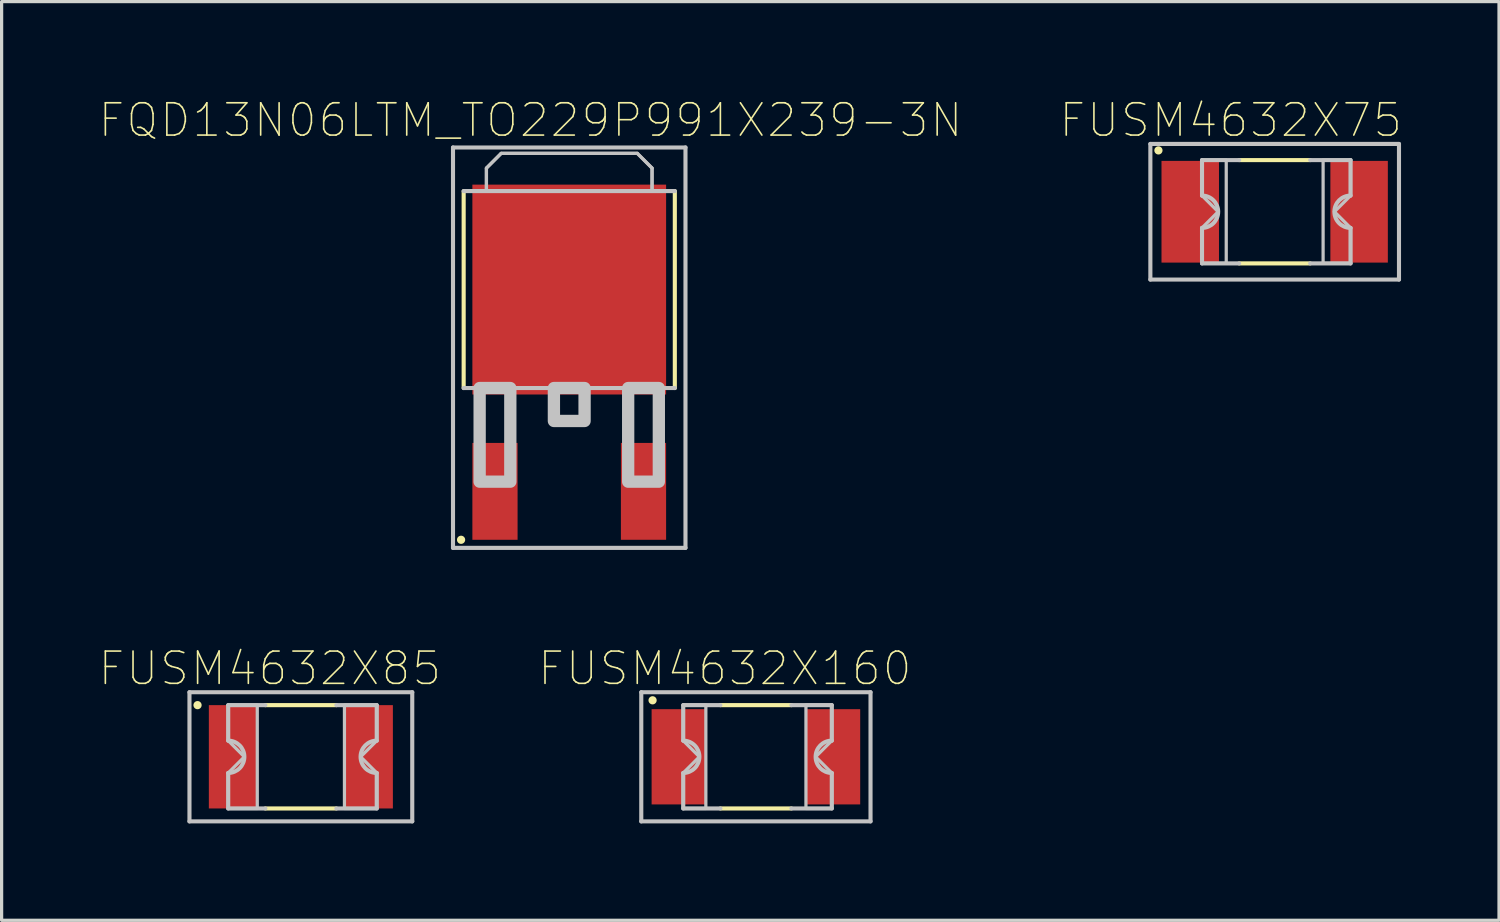
<source format=kicad_pcb>
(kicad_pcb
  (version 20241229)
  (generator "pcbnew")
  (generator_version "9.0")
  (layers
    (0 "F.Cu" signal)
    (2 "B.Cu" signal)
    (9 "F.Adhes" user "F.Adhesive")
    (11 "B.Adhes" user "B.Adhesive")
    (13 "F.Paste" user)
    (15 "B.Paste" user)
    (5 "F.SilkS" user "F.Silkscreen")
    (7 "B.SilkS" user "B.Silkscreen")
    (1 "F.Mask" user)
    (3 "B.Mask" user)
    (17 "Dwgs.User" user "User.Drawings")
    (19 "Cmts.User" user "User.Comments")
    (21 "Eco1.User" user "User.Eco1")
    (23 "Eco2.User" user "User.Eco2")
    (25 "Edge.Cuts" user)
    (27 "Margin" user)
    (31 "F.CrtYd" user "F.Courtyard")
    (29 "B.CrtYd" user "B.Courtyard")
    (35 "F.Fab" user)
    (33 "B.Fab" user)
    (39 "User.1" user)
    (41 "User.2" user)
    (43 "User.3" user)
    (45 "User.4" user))
  (footprint "FUSM4632X85"
    (layer "F.Cu")
    (at 6.268 20.389)
    (property "Reference" "FUSM4632X85" (at -0.96 -2.735 0) (layer "F.SilkS") (effects (font (size 1 1) (thickness 0.05))))
    (attr smd)
    (fp_line (start -1.1 -1.6) (end 1.1 -1.6) (stroke (width 0.127) (type solid)) (layer "F.SilkS"))
    (fp_line (start 1.1 1.6) (end -1.1 1.6) (stroke (width 0.127) (type solid)) (layer "F.SilkS"))
    (fp_circle (center -3.2 -1.6) (end -3.073 -1.6) (stroke (width 0) (type solid)) (fill yes) (layer "F.SilkS"))
    (fp_line (start -3.45 -2) (end -3.45 2) (stroke (width 0.127) (type solid)) (layer "Dwgs.User"))
    (fp_line (start -3.45 2) (end 3.45 2) (stroke (width 0.127) (type solid)) (layer "Dwgs.User"))
    (fp_line (start -2.25 -1.6) (end -2.25 -0.5) (stroke (width 0.127) (type solid)) (layer "Dwgs.User"))
    (fp_line (start -2.25 -1.6) (end -1.1 -1.6) (stroke (width 0.127) (type solid)) (layer "Dwgs.User"))
    (fp_line (start -2.25 1.6) (end -2.25 0.5) (stroke (width 0.127) (type solid)) (layer "Dwgs.User"))
    (fp_line (start -1.1 1.6) (end -2.25 1.6) (stroke (width 0.127) (type solid)) (layer "Dwgs.User"))
    (fp_line (start 1.1 -1.6) (end 2.35 -1.6) (stroke (width 0.127) (type solid)) (layer "Dwgs.User"))
    (fp_line (start 2.35 -1.6) (end 2.35 -0.5) (stroke (width 0.127) (type solid)) (layer "Dwgs.User"))
    (fp_line (start 2.35 0.5) (end 2.35 1.6) (stroke (width 0.127) (type solid)) (layer "Dwgs.User"))
    (fp_line (start 2.35 1.6) (end 1.1 1.6) (stroke (width 0.127) (type solid)) (layer "Dwgs.User"))
    (fp_line (start 3.45 -2) (end -3.45 -2) (stroke (width 0.127) (type solid)) (layer "Dwgs.User"))
    (fp_line (start 3.45 2) (end 3.45 -2) (stroke (width 0.127) (type solid)) (layer "Dwgs.User"))
    (fp_arc (start -2.25 -0.5) (mid -1.75 0) (end -2.25 0.5) (stroke (width 0.127) (type solid)) (layer "Dwgs.User"))
    (fp_arc (start 2.35 0.5) (mid 1.85 0) (end 2.35 -0.5) (stroke (width 0.127) (type solid)) (layer "Dwgs.User"))
    (fp_poly (pts (xy -1.35 -1.6) (xy -2.25 -1.6) (xy -2.25 -0.5) (xy -1.75 0) (xy -2.25 0.5) (xy -2.25 1.6) (xy -1.35 1.6)) (stroke (width 0.1) (type solid)) (fill no) (layer "Dwgs.User"))
    (fp_poly (pts (xy 1.35 -1.6) (xy 1.35 1.6) (xy 2.35 1.6) (xy 2.35 0.5) (xy 1.85 0) (xy 2.35 -0.5) (xy 2.35 -1.6)) (stroke (width 0.1) (type solid)) (fill no) (layer "Dwgs.User"))
    (pad "1" smd rect (at -2.1 0) (size 1.5 3.2) (layers "F.Cu" "F.Mask" "F.Paste"))
    (pad "2" smd rect (at 2.1 0) (size 1.5 3.2) (layers "F.Cu" "F.Mask" "F.Paste")))
  (footprint "FUSM4632X160"
    (layer "F.Cu")
    (at 20.361 20.389)
    (property "Reference" "FUSM4632X160" (at -0.96 -2.735 0) (layer "F.SilkS") (effects (font (size 1 1) (thickness 0.05))))
    (attr smd)
    (fp_line (start -1.1 -1.6) (end 1.1 -1.6) (stroke (width 0.127) (type solid)) (layer "F.SilkS"))
    (fp_line (start 1.1 1.6) (end -1.1 1.6) (stroke (width 0.127) (type solid)) (layer "F.SilkS"))
    (fp_circle (center -3.2 -1.75) (end -3.073 -1.75) (stroke (width 0) (type solid)) (fill yes) (layer "F.SilkS"))
    (fp_line (start -3.55 -2) (end -3.55 2) (stroke (width 0.127) (type solid)) (layer "Dwgs.User"))
    (fp_line (start -3.55 2) (end 3.55 2) (stroke (width 0.127) (type solid)) (layer "Dwgs.User"))
    (fp_line (start -2.25 -1.6) (end -2.25 -0.5) (stroke (width 0.127) (type solid)) (layer "Dwgs.User"))
    (fp_line (start -2.25 -1.6) (end -1.1 -1.6) (stroke (width 0.127) (type solid)) (layer "Dwgs.User"))
    (fp_line (start -2.25 1.6) (end -2.25 0.5) (stroke (width 0.127) (type solid)) (layer "Dwgs.User"))
    (fp_line (start -1.1 1.6) (end -2.25 1.6) (stroke (width 0.127) (type solid)) (layer "Dwgs.User"))
    (fp_line (start 1.1 -1.6) (end 2.35 -1.6) (stroke (width 0.127) (type solid)) (layer "Dwgs.User"))
    (fp_line (start 2.35 -1.6) (end 2.35 -0.5) (stroke (width 0.127) (type solid)) (layer "Dwgs.User"))
    (fp_line (start 2.35 0.5) (end 2.35 1.6) (stroke (width 0.127) (type solid)) (layer "Dwgs.User"))
    (fp_line (start 2.35 1.6) (end 1.1 1.6) (stroke (width 0.127) (type solid)) (layer "Dwgs.User"))
    (fp_line (start 3.55 -2) (end -3.55 -2) (stroke (width 0.127) (type solid)) (layer "Dwgs.User"))
    (fp_line (start 3.55 2) (end 3.55 -2) (stroke (width 0.127) (type solid)) (layer "Dwgs.User"))
    (fp_arc (start -2.25 -0.5) (mid -1.75 0) (end -2.25 0.5) (stroke (width 0.127) (type solid)) (layer "Dwgs.User"))
    (fp_arc (start 2.35 0.5) (mid 1.85 0) (end 2.35 -0.5) (stroke (width 0.127) (type solid)) (layer "Dwgs.User"))
    (fp_poly (pts (xy -1.55 -1.6) (xy -2.25 -1.6) (xy -2.25 -0.5) (xy -1.75 0) (xy -2.25 0.5) (xy -2.25 1.6) (xy -1.55 1.6)) (stroke (width 0.1) (type solid)) (fill no) (layer "Dwgs.User"))
    (fp_poly (pts (xy 1.55 -1.6) (xy 1.55 1.6) (xy 2.35 1.6) (xy 2.35 0.5) (xy 1.85 0) (xy 2.35 -0.5) (xy 2.35 -1.6)) (stroke (width 0.1) (type solid)) (fill no) (layer "Dwgs.User"))
    (pad "1" smd rect (at -2.39 0) (size 1.68 2.95) (layers "F.Cu" "F.Mask" "F.Paste"))
    (pad "2" smd rect (at 2.39 0) (size 1.68 2.95) (layers "F.Cu" "F.Mask" "F.Paste")))
  (footprint "FUSM4632X75"
    (layer "F.Cu")
    (at 36.428 3.508)
    (property "Reference" "FUSM4632X75" (at -1.36 -2.835 0) (layer "F.SilkS") (effects (font (size 1 1) (thickness 0.05))))
    (attr smd)
    (fp_line (start -1.1 -1.6) (end 1.1 -1.6) (stroke (width 0.127) (type solid)) (layer "F.SilkS"))
    (fp_line (start 1.1 1.6) (end -1.1 1.6) (stroke (width 0.127) (type solid)) (layer "F.SilkS"))
    (fp_circle (center -3.6 -1.9) (end -3.473 -1.9) (stroke (width 0) (type solid)) (fill yes) (layer "F.SilkS"))
    (fp_line (start -3.85 -2.1) (end -3.85 2.1) (stroke (width 0.127) (type solid)) (layer "Dwgs.User"))
    (fp_line (start -3.85 2.1) (end 3.85 2.1) (stroke (width 0.127) (type solid)) (layer "Dwgs.User"))
    (fp_line (start -2.25 -1.6) (end -2.25 -0.5) (stroke (width 0.127) (type solid)) (layer "Dwgs.User"))
    (fp_line (start -2.25 -1.6) (end -1.1 -1.6) (stroke (width 0.127) (type solid)) (layer "Dwgs.User"))
    (fp_line (start -2.25 1.6) (end -2.25 0.5) (stroke (width 0.127) (type solid)) (layer "Dwgs.User"))
    (fp_line (start -1.1 1.6) (end -2.25 1.6) (stroke (width 0.127) (type solid)) (layer "Dwgs.User"))
    (fp_line (start 1.1 -1.6) (end 2.35 -1.6) (stroke (width 0.127) (type solid)) (layer "Dwgs.User"))
    (fp_line (start 2.35 -1.6) (end 2.35 -0.5) (stroke (width 0.127) (type solid)) (layer "Dwgs.User"))
    (fp_line (start 2.35 0.5) (end 2.35 1.6) (stroke (width 0.127) (type solid)) (layer "Dwgs.User"))
    (fp_line (start 2.35 1.6) (end 1.1 1.6) (stroke (width 0.127) (type solid)) (layer "Dwgs.User"))
    (fp_line (start 3.85 -2.1) (end -3.85 -2.1) (stroke (width 0.127) (type solid)) (layer "Dwgs.User"))
    (fp_line (start 3.85 2.1) (end 3.85 -2.1) (stroke (width 0.127) (type solid)) (layer "Dwgs.User"))
    (fp_arc (start -2.25 -0.5) (mid -1.75 0) (end -2.25 0.5) (stroke (width 0.127) (type solid)) (layer "Dwgs.User"))
    (fp_arc (start 2.35 0.5) (mid 1.85 0) (end 2.35 -0.5) (stroke (width 0.127) (type solid)) (layer "Dwgs.User"))
    (fp_poly (pts (xy -1.5 -1.6) (xy -2.25 -1.6) (xy -2.25 -0.5) (xy -1.75 0) (xy -2.25 0.5) (xy -2.25 1.6) (xy -1.5 1.6)) (stroke (width 0.1) (type solid)) (fill no) (layer "Dwgs.User"))
    (fp_poly (pts (xy 1.5 -1.6) (xy 1.5 1.6) (xy 2.35 1.6) (xy 2.35 0.5) (xy 1.85 0) (xy 2.35 -0.5) (xy 2.35 -1.6)) (stroke (width 0.1) (type solid)) (fill no) (layer "Dwgs.User"))
    (pad "1" smd rect (at -2.615 0) (size 1.78 3.15) (layers "F.Cu" "F.Mask" "F.Paste"))
    (pad "2" smd rect (at 2.615 0) (size 1.78 3.15) (layers "F.Cu" "F.Mask" "F.Paste")))
  (footprint "FQD13N06LTM_TO229P991X239-3N"
    (layer "F.Cu")
    (at 14.58 5.918)
    (property "Reference" "FQD13N06LTM_TO229P991X239-3N" (at -1.2 -5.245 0) (layer "F.SilkS") (effects (font (size 1 1) (thickness 0.05))))
    (attr smd)
    (fp_line (start -3.27 3.05) (end -3.27 -3.05) (stroke (width 0.127) (type solid)) (layer "F.SilkS"))
    (fp_line (start 3.27 -3.05) (end 3.27 3.05) (stroke (width 0.127) (type solid)) (layer "F.SilkS"))
    (fp_circle (center -3.35 7.75) (end -3.223 7.75) (stroke (width 0) (type solid)) (fill yes) (layer "F.SilkS"))
    (fp_line (start -3.6 -4.4) (end -3.6 8) (stroke (width 0.127) (type solid)) (layer "Dwgs.User"))
    (fp_line (start -3.6 8) (end 3.6 8) (stroke (width 0.127) (type solid)) (layer "Dwgs.User"))
    (fp_line (start -3.27 -3.05) (end 3.27 -3.05) (stroke (width 0.127) (type solid)) (layer "Dwgs.User"))
    (fp_line (start -2.565 -3.761) (end -2.108 -4.218) (stroke (width 0.1) (type solid)) (layer "Dwgs.User"))
    (fp_line (start -2.565 -3.05) (end -2.565 -3.761) (stroke (width 0.1) (type solid)) (layer "Dwgs.User"))
    (fp_line (start -2.108 -4.218) (end 2.108 -4.218) (stroke (width 0.1) (type solid)) (layer "Dwgs.User"))
    (fp_line (start 2.108 -4.218) (end 2.565 -3.761) (stroke (width 0.1) (type solid)) (layer "Dwgs.User"))
    (fp_line (start 2.565 -3.761) (end 2.565 -3.05) (stroke (width 0.1) (type solid)) (layer "Dwgs.User"))
    (fp_line (start 2.565 -3.05) (end -2.565 -3.05) (stroke (width 0.1) (type solid)) (layer "Dwgs.User"))
    (fp_line (start 3.27 3.05) (end -3.27 3.05) (stroke (width 0.127) (type solid)) (layer "Dwgs.User"))
    (fp_line (start 3.6 -4.4) (end -3.6 -4.4) (stroke (width 0.127) (type solid)) (layer "Dwgs.User"))
    (fp_line (start 3.6 8) (end 3.6 -4.4) (stroke (width 0.127) (type solid)) (layer "Dwgs.User"))
    (fp_poly (pts (xy -2.775 3.05) (xy -1.825 3.05) (xy -1.825 5.95) (xy -2.775 5.95)) (stroke (width 0.381) (type solid)) (fill no) (layer "Dwgs.User"))
    (fp_poly (pts (xy -0.475 3.05) (xy 0.475 3.05) (xy 0.475 4.07) (xy -0.475 4.07)) (stroke (width 0.381) (type solid)) (fill no) (layer "Dwgs.User"))
    (fp_poly (pts (xy 1.825 3.05) (xy 2.775 3.05) (xy 2.775 5.95) (xy 1.825 5.95)) (stroke (width 0.381) (type solid)) (fill no) (layer "Dwgs.User"))
    (fp_poly (pts (xy -2.565 -3.05) (xy -2.565 -3.761) (xy -2.108 -4.218) (xy 2.108 -4.218) (xy 2.565 -3.761) (xy 2.565 -3.05)) (stroke (width 0.1) (type solid)) (fill no) (layer "Dwgs.User"))
    (pad "1" smd rect (at -2.3 6.25) (size 1.4 3) (layers "F.Cu" "F.Mask" "F.Paste"))
    (pad "3" smd rect (at 2.3 6.25) (size 1.4 3) (layers "F.Cu" "F.Mask" "F.Paste"))
    (pad "4" smd rect (at 0 0) (size 6 6.5) (layers "F.Cu" "F.Mask" "F.Paste")))
  (gr_rect
    (start -3 -3)
    (end 43.376 25.453)
    (stroke (width 0.1) (type default))
    (fill no)
    (layer "Edge.Cuts")))
</source>
